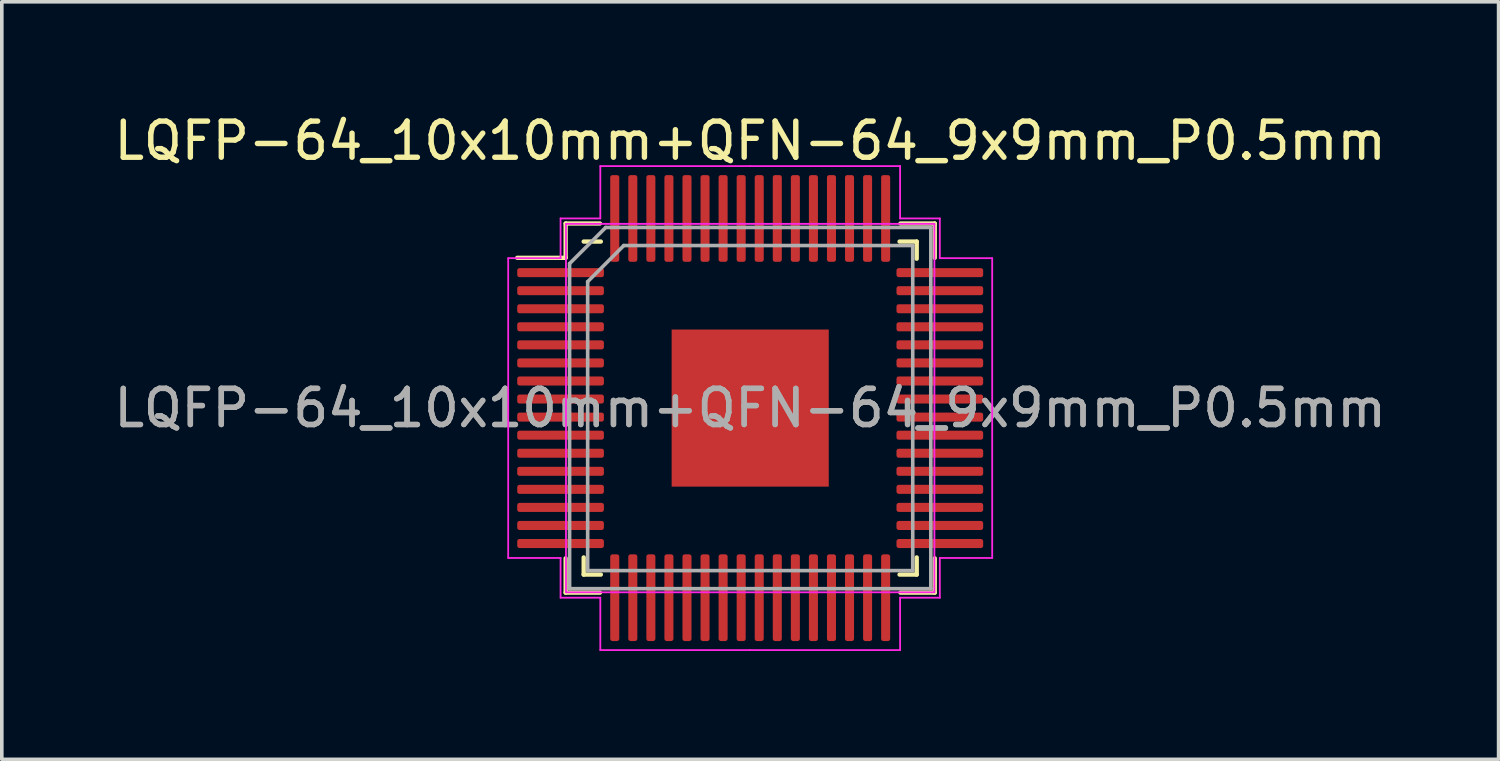
<source format=kicad_pcb>
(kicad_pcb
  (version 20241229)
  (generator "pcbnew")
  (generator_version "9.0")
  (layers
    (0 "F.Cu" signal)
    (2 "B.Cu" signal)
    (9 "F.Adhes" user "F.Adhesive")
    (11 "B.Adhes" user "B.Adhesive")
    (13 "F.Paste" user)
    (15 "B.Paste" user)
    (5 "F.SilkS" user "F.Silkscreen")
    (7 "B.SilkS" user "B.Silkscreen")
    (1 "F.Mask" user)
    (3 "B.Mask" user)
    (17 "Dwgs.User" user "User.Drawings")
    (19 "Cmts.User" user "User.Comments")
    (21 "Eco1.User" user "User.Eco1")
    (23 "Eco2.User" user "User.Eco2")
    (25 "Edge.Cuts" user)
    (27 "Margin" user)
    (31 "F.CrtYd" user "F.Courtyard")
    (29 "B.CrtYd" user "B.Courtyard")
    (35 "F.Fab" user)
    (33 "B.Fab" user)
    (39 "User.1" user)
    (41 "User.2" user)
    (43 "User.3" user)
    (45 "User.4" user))
  (footprint "LQFP-64_10x10mm+QFN-64_9x9mm_P0.5mm"
    (layer "F.Cu")
    (at 17.72 8.248)
    (property "Reference" "LQFP-64_10x10mm+QFN-64_9x9mm_P0.5mm" (at 0 -7.4 0) (layer "F.SilkS") (effects (font (size 1 1) (thickness 0.15))))
    (attr smd)
    (fp_line (start -5.11 -5.11) (end -5.11 -4.16) (stroke (width 0.12) (type solid)) (layer "F.SilkS"))
    (fp_line (start -5.11 -4.16) (end -6.45 -4.16) (stroke (width 0.12) (type solid)) (layer "F.SilkS"))
    (fp_line (start -5.11 5.11) (end -5.11 4.16) (stroke (width 0.12) (type solid)) (layer "F.SilkS"))
    (fp_line (start -4.61 4.61) (end -4.61 4.135) (stroke (width 0.12) (type solid)) (layer "F.SilkS"))
    (fp_line (start -4.16 -5.11) (end -5.11 -5.11) (stroke (width 0.12) (type solid)) (layer "F.SilkS"))
    (fp_line (start -4.16 5.11) (end -5.11 5.11) (stroke (width 0.12) (type solid)) (layer "F.SilkS"))
    (fp_line (start -4.135 -4.61) (end -4.61 -4.61) (stroke (width 0.12) (type solid)) (layer "F.SilkS"))
    (fp_line (start -4.135 4.61) (end -4.61 4.61) (stroke (width 0.12) (type solid)) (layer "F.SilkS"))
    (fp_line (start 4.135 -4.61) (end 4.61 -4.61) (stroke (width 0.12) (type solid)) (layer "F.SilkS"))
    (fp_line (start 4.135 4.61) (end 4.61 4.61) (stroke (width 0.12) (type solid)) (layer "F.SilkS"))
    (fp_line (start 4.16 -5.11) (end 5.11 -5.11) (stroke (width 0.12) (type solid)) (layer "F.SilkS"))
    (fp_line (start 4.16 5.11) (end 5.11 5.11) (stroke (width 0.12) (type solid)) (layer "F.SilkS"))
    (fp_line (start 4.61 -4.61) (end 4.61 -4.135) (stroke (width 0.12) (type solid)) (layer "F.SilkS"))
    (fp_line (start 4.61 4.61) (end 4.61 4.135) (stroke (width 0.12) (type solid)) (layer "F.SilkS"))
    (fp_line (start 5.11 -5.11) (end 5.11 -4.16) (stroke (width 0.12) (type solid)) (layer "F.SilkS"))
    (fp_line (start 5.11 5.11) (end 5.11 4.16) (stroke (width 0.12) (type solid)) (layer "F.SilkS"))
    (fp_line (start -6.7 -4.15) (end -6.7 0) (stroke (width 0.05) (type solid)) (layer "F.CrtYd"))
    (fp_line (start -6.7 4.15) (end -6.7 0) (stroke (width 0.05) (type solid)) (layer "F.CrtYd"))
    (fp_line (start -5.25 -5.25) (end -5.25 -4.15) (stroke (width 0.05) (type solid)) (layer "F.CrtYd"))
    (fp_line (start -5.25 -4.15) (end -6.7 -4.15) (stroke (width 0.05) (type solid)) (layer "F.CrtYd"))
    (fp_line (start -5.25 4.15) (end -6.7 4.15) (stroke (width 0.05) (type solid)) (layer "F.CrtYd"))
    (fp_line (start -5.25 5.25) (end -5.25 4.15) (stroke (width 0.05) (type solid)) (layer "F.CrtYd"))
    (fp_line (start -5.1 -5.1) (end -5.1 5.1) (stroke (width 0.05) (type solid)) (layer "F.CrtYd"))
    (fp_line (start -5.1 5.1) (end 5.1 5.1) (stroke (width 0.05) (type solid)) (layer "F.CrtYd"))
    (fp_line (start -4.15 -6.7) (end -4.15 -5.25) (stroke (width 0.05) (type solid)) (layer "F.CrtYd"))
    (fp_line (start -4.15 -5.25) (end -5.25 -5.25) (stroke (width 0.05) (type solid)) (layer "F.CrtYd"))
    (fp_line (start -4.15 5.25) (end -5.25 5.25) (stroke (width 0.05) (type solid)) (layer "F.CrtYd"))
    (fp_line (start -4.15 6.7) (end -4.15 5.25) (stroke (width 0.05) (type solid)) (layer "F.CrtYd"))
    (fp_line (start 0 -6.7) (end -4.15 -6.7) (stroke (width 0.05) (type solid)) (layer "F.CrtYd"))
    (fp_line (start 0 -6.7) (end 4.15 -6.7) (stroke (width 0.05) (type solid)) (layer "F.CrtYd"))
    (fp_line (start 0 6.7) (end -4.15 6.7) (stroke (width 0.05) (type solid)) (layer "F.CrtYd"))
    (fp_line (start 0 6.7) (end 4.15 6.7) (stroke (width 0.05) (type solid)) (layer "F.CrtYd"))
    (fp_line (start 4.15 -6.7) (end 4.15 -5.25) (stroke (width 0.05) (type solid)) (layer "F.CrtYd"))
    (fp_line (start 4.15 -5.25) (end 5.25 -5.25) (stroke (width 0.05) (type solid)) (layer "F.CrtYd"))
    (fp_line (start 4.15 5.25) (end 5.25 5.25) (stroke (width 0.05) (type solid)) (layer "F.CrtYd"))
    (fp_line (start 4.15 6.7) (end 4.15 5.25) (stroke (width 0.05) (type solid)) (layer "F.CrtYd"))
    (fp_line (start 5.1 -5.1) (end -5.1 -5.1) (stroke (width 0.05) (type solid)) (layer "F.CrtYd"))
    (fp_line (start 5.1 5.1) (end 5.1 -5.1) (stroke (width 0.05) (type solid)) (layer "F.CrtYd"))
    (fp_line (start 5.25 -5.25) (end 5.25 -4.15) (stroke (width 0.05) (type solid)) (layer "F.CrtYd"))
    (fp_line (start 5.25 -4.15) (end 6.7 -4.15) (stroke (width 0.05) (type solid)) (layer "F.CrtYd"))
    (fp_line (start 5.25 4.15) (end 6.7 4.15) (stroke (width 0.05) (type solid)) (layer "F.CrtYd"))
    (fp_line (start 5.25 5.25) (end 5.25 4.15) (stroke (width 0.05) (type solid)) (layer "F.CrtYd"))
    (fp_line (start 6.7 -4.15) (end 6.7 0) (stroke (width 0.05) (type solid)) (layer "F.CrtYd"))
    (fp_line (start 6.7 4.15) (end 6.7 0) (stroke (width 0.05) (type solid)) (layer "F.CrtYd"))
    (fp_line (start -5 -4) (end -4 -5) (stroke (width 0.1) (type solid)) (layer "F.Fab"))
    (fp_line (start -5 5) (end -5 -4) (stroke (width 0.1) (type solid)) (layer "F.Fab"))
    (fp_line (start -4.5 -3.5) (end -3.5 -4.5) (stroke (width 0.1) (type solid)) (layer "F.Fab"))
    (fp_line (start -4.5 4.5) (end -4.5 -3.5) (stroke (width 0.1) (type solid)) (layer "F.Fab"))
    (fp_line (start -4 -5) (end 5 -5) (stroke (width 0.1) (type solid)) (layer "F.Fab"))
    (fp_line (start -3.5 -4.5) (end 4.5 -4.5) (stroke (width 0.1) (type solid)) (layer "F.Fab"))
    (fp_line (start 4.5 -4.5) (end 4.5 4.5) (stroke (width 0.1) (type solid)) (layer "F.Fab"))
    (fp_line (start 4.5 4.5) (end -4.5 4.5) (stroke (width 0.1) (type solid)) (layer "F.Fab"))
    (fp_line (start 5 -5) (end 5 5) (stroke (width 0.1) (type solid)) (layer "F.Fab"))
    (fp_line (start 5 5) (end -5 5) (stroke (width 0.1) (type solid)) (layer "F.Fab"))
    (fp_text user "${REFERENCE}" (at 0 0 0) (layer "F.Fab") (effects (font (size 1 1) (thickness 0.15))))
    (fp_text user "${REFERENCE}" (at 0 0 0) (layer "F.Fab") (effects (font (size 1 1) (thickness 0.15))))
    (pad "" smd roundrect (at -1.45 -1.45) (size 1.17 1.17) (layers "F.Paste") (roundrect_rratio 0.214))
    (pad "" smd roundrect (at -1.45 0) (size 1.17 1.17) (layers "F.Paste") (roundrect_rratio 0.214))
    (pad "" smd roundrect (at -1.45 1.45) (size 1.17 1.17) (layers "F.Paste") (roundrect_rratio 0.214))
    (pad "" smd roundrect (at 0 -1.45) (size 1.17 1.17) (layers "F.Paste") (roundrect_rratio 0.214))
    (pad "" smd roundrect (at 0 0) (size 1.17 1.17) (layers "F.Paste") (roundrect_rratio 0.214))
    (pad "" smd roundrect (at 0 1.45) (size 1.17 1.17) (layers "F.Paste") (roundrect_rratio 0.214))
    (pad "" smd roundrect (at 1.45 -1.45) (size 1.17 1.17) (layers "F.Paste") (roundrect_rratio 0.214))
    (pad "" smd roundrect (at 1.45 0) (size 1.17 1.17) (layers "F.Paste") (roundrect_rratio 0.214))
    (pad "" smd roundrect (at 1.45 1.45) (size 1.17 1.17) (layers "F.Paste") (roundrect_rratio 0.214))
    (pad "1" smd roundrect (at -5.675 -3.75) (size 1.55 0.25) (layers "F.Cu" "F.Mask" "F.Paste") (roundrect_rratio 0.25))
    (pad "1" smd roundrect (at -4.55 -3.75) (size 1 0.25) (layers "F.Cu" "F.Mask" "F.Paste") (roundrect_rratio 0.25))
    (pad "2" smd roundrect (at -5.675 -3.25) (size 1.55 0.25) (layers "F.Cu" "F.Mask" "F.Paste") (roundrect_rratio 0.25))
    (pad "2" smd roundrect (at -4.55 -3.25) (size 1 0.25) (layers "F.Cu" "F.Mask" "F.Paste") (roundrect_rratio 0.25))
    (pad "3" smd roundrect (at -5.675 -2.75) (size 1.55 0.25) (layers "F.Cu" "F.Mask" "F.Paste") (roundrect_rratio 0.25))
    (pad "3" smd roundrect (at -4.55 -2.75) (size 1 0.25) (layers "F.Cu" "F.Mask" "F.Paste") (roundrect_rratio 0.25))
    (pad "4" smd roundrect (at -5.675 -2.25) (size 1.55 0.25) (layers "F.Cu" "F.Mask" "F.Paste") (roundrect_rratio 0.25))
    (pad "4" smd roundrect (at -4.55 -2.25) (size 1 0.25) (layers "F.Cu" "F.Mask" "F.Paste") (roundrect_rratio 0.25))
    (pad "5" smd roundrect (at -5.675 -1.75) (size 1.55 0.25) (layers "F.Cu" "F.Mask" "F.Paste") (roundrect_rratio 0.25))
    (pad "5" smd roundrect (at -4.55 -1.75) (size 1 0.25) (layers "F.Cu" "F.Mask" "F.Paste") (roundrect_rratio 0.25))
    (pad "6" smd roundrect (at -5.675 -1.25) (size 1.55 0.25) (layers "F.Cu" "F.Mask" "F.Paste") (roundrect_rratio 0.25))
    (pad "6" smd roundrect (at -4.55 -1.25) (size 1 0.25) (layers "F.Cu" "F.Mask" "F.Paste") (roundrect_rratio 0.25))
    (pad "7" smd roundrect (at -5.675 -0.75) (size 1.55 0.25) (layers "F.Cu" "F.Mask" "F.Paste") (roundrect_rratio 0.25))
    (pad "7" smd roundrect (at -4.55 -0.75) (size 1 0.25) (layers "F.Cu" "F.Mask" "F.Paste") (roundrect_rratio 0.25))
    (pad "8" smd roundrect (at -5.675 -0.25) (size 1.55 0.25) (layers "F.Cu" "F.Mask" "F.Paste") (roundrect_rratio 0.25))
    (pad "8" smd roundrect (at -4.55 -0.25) (size 1 0.25) (layers "F.Cu" "F.Mask" "F.Paste") (roundrect_rratio 0.25))
    (pad "9" smd roundrect (at -5.675 0.25) (size 1.55 0.25) (layers "F.Cu" "F.Mask" "F.Paste") (roundrect_rratio 0.25))
    (pad "9" smd roundrect (at -4.55 0.25) (size 1 0.25) (layers "F.Cu" "F.Mask" "F.Paste") (roundrect_rratio 0.25))
    (pad "10" smd roundrect (at -5.675 0.75) (size 1.55 0.25) (layers "F.Cu" "F.Mask" "F.Paste") (roundrect_rratio 0.25))
    (pad "10" smd roundrect (at -4.55 0.75) (size 1 0.25) (layers "F.Cu" "F.Mask" "F.Paste") (roundrect_rratio 0.25))
    (pad "11" smd roundrect (at -5.675 1.25) (size 1.55 0.25) (layers "F.Cu" "F.Mask" "F.Paste") (roundrect_rratio 0.25))
    (pad "11" smd roundrect (at -4.55 1.25) (size 1 0.25) (layers "F.Cu" "F.Mask" "F.Paste") (roundrect_rratio 0.25))
    (pad "12" smd roundrect (at -5.675 1.75) (size 1.55 0.25) (layers "F.Cu" "F.Mask" "F.Paste") (roundrect_rratio 0.25))
    (pad "12" smd roundrect (at -4.55 1.75) (size 1 0.25) (layers "F.Cu" "F.Mask" "F.Paste") (roundrect_rratio 0.25))
    (pad "13" smd roundrect (at -5.675 2.25) (size 1.55 0.25) (layers "F.Cu" "F.Mask" "F.Paste") (roundrect_rratio 0.25))
    (pad "13" smd roundrect (at -4.55 2.25) (size 1 0.25) (layers "F.Cu" "F.Mask" "F.Paste") (roundrect_rratio 0.25))
    (pad "14" smd roundrect (at -5.675 2.75) (size 1.55 0.25) (layers "F.Cu" "F.Mask" "F.Paste") (roundrect_rratio 0.25))
    (pad "14" smd roundrect (at -4.55 2.75) (size 1 0.25) (layers "F.Cu" "F.Mask" "F.Paste") (roundrect_rratio 0.25))
    (pad "15" smd roundrect (at -5.675 3.25) (size 1.55 0.25) (layers "F.Cu" "F.Mask" "F.Paste") (roundrect_rratio 0.25))
    (pad "15" smd roundrect (at -4.55 3.25) (size 1 0.25) (layers "F.Cu" "F.Mask" "F.Paste") (roundrect_rratio 0.25))
    (pad "16" smd roundrect (at -5.675 3.75) (size 1.55 0.25) (layers "F.Cu" "F.Mask" "F.Paste") (roundrect_rratio 0.25))
    (pad "16" smd roundrect (at -4.55 3.75) (size 1 0.25) (layers "F.Cu" "F.Mask" "F.Paste") (roundrect_rratio 0.25))
    (pad "17" smd roundrect (at -3.75 4.55) (size 0.25 1) (layers "F.Cu" "F.Mask" "F.Paste") (roundrect_rratio 0.25))
    (pad "17" smd roundrect (at -3.75 5.675) (size 0.25 1.55) (layers "F.Cu" "F.Mask" "F.Paste") (roundrect_rratio 0.25))
    (pad "18" smd roundrect (at -3.25 4.55) (size 0.25 1) (layers "F.Cu" "F.Mask" "F.Paste") (roundrect_rratio 0.25))
    (pad "18" smd roundrect (at -3.25 5.675) (size 0.25 1.55) (layers "F.Cu" "F.Mask" "F.Paste") (roundrect_rratio 0.25))
    (pad "19" smd roundrect (at -2.75 4.55) (size 0.25 1) (layers "F.Cu" "F.Mask" "F.Paste") (roundrect_rratio 0.25))
    (pad "19" smd roundrect (at -2.75 5.675) (size 0.25 1.55) (layers "F.Cu" "F.Mask" "F.Paste") (roundrect_rratio 0.25))
    (pad "20" smd roundrect (at -2.25 4.55) (size 0.25 1) (layers "F.Cu" "F.Mask" "F.Paste") (roundrect_rratio 0.25))
    (pad "20" smd roundrect (at -2.25 5.675) (size 0.25 1.55) (layers "F.Cu" "F.Mask" "F.Paste") (roundrect_rratio 0.25))
    (pad "21" smd roundrect (at -1.75 4.55) (size 0.25 1) (layers "F.Cu" "F.Mask" "F.Paste") (roundrect_rratio 0.25))
    (pad "21" smd roundrect (at -1.75 5.675) (size 0.25 1.55) (layers "F.Cu" "F.Mask" "F.Paste") (roundrect_rratio 0.25))
    (pad "22" smd roundrect (at -1.25 4.55) (size 0.25 1) (layers "F.Cu" "F.Mask" "F.Paste") (roundrect_rratio 0.25))
    (pad "22" smd roundrect (at -1.25 5.675) (size 0.25 1.55) (layers "F.Cu" "F.Mask" "F.Paste") (roundrect_rratio 0.25))
    (pad "23" smd roundrect (at -0.75 4.55) (size 0.25 1) (layers "F.Cu" "F.Mask" "F.Paste") (roundrect_rratio 0.25))
    (pad "23" smd roundrect (at -0.75 5.675) (size 0.25 1.55) (layers "F.Cu" "F.Mask" "F.Paste") (roundrect_rratio 0.25))
    (pad "24" smd roundrect (at -0.25 4.55) (size 0.25 1) (layers "F.Cu" "F.Mask" "F.Paste") (roundrect_rratio 0.25))
    (pad "24" smd roundrect (at -0.25 5.675) (size 0.25 1.55) (layers "F.Cu" "F.Mask" "F.Paste") (roundrect_rratio 0.25))
    (pad "25" smd roundrect (at 0.25 4.55) (size 0.25 1) (layers "F.Cu" "F.Mask" "F.Paste") (roundrect_rratio 0.25))
    (pad "25" smd roundrect (at 0.25 5.675) (size 0.25 1.55) (layers "F.Cu" "F.Mask" "F.Paste") (roundrect_rratio 0.25))
    (pad "26" smd roundrect (at 0.75 4.55) (size 0.25 1) (layers "F.Cu" "F.Mask" "F.Paste") (roundrect_rratio 0.25))
    (pad "26" smd roundrect (at 0.75 5.675) (size 0.25 1.55) (layers "F.Cu" "F.Mask" "F.Paste") (roundrect_rratio 0.25))
    (pad "27" smd roundrect (at 1.25 4.55) (size 0.25 1) (layers "F.Cu" "F.Mask" "F.Paste") (roundrect_rratio 0.25))
    (pad "27" smd roundrect (at 1.25 5.675) (size 0.25 1.55) (layers "F.Cu" "F.Mask" "F.Paste") (roundrect_rratio 0.25))
    (pad "28" smd roundrect (at 1.75 4.55) (size 0.25 1) (layers "F.Cu" "F.Mask" "F.Paste") (roundrect_rratio 0.25))
    (pad "28" smd roundrect (at 1.75 5.675) (size 0.25 1.55) (layers "F.Cu" "F.Mask" "F.Paste") (roundrect_rratio 0.25))
    (pad "29" smd roundrect (at 2.25 4.55) (size 0.25 1) (layers "F.Cu" "F.Mask" "F.Paste") (roundrect_rratio 0.25))
    (pad "29" smd roundrect (at 2.25 5.675) (size 0.25 1.55) (layers "F.Cu" "F.Mask" "F.Paste") (roundrect_rratio 0.25))
    (pad "30" smd roundrect (at 2.75 4.55) (size 0.25 1) (layers "F.Cu" "F.Mask" "F.Paste") (roundrect_rratio 0.25))
    (pad "30" smd roundrect (at 2.75 5.675) (size 0.25 1.55) (layers "F.Cu" "F.Mask" "F.Paste") (roundrect_rratio 0.25))
    (pad "31" smd roundrect (at 3.25 4.55) (size 0.25 1) (layers "F.Cu" "F.Mask" "F.Paste") (roundrect_rratio 0.25))
    (pad "31" smd roundrect (at 3.25 5.675) (size 0.25 1.55) (layers "F.Cu" "F.Mask" "F.Paste") (roundrect_rratio 0.25))
    (pad "32" smd roundrect (at 3.75 4.55) (size 0.25 1) (layers "F.Cu" "F.Mask" "F.Paste") (roundrect_rratio 0.25))
    (pad "32" smd roundrect (at 3.75 5.675) (size 0.25 1.55) (layers "F.Cu" "F.Mask" "F.Paste") (roundrect_rratio 0.25))
    (pad "33" smd roundrect (at 4.55 3.75) (size 1 0.25) (layers "F.Cu" "F.Mask" "F.Paste") (roundrect_rratio 0.25))
    (pad "33" smd roundrect (at 5.675 3.75) (size 1.55 0.25) (layers "F.Cu" "F.Mask" "F.Paste") (roundrect_rratio 0.25))
    (pad "34" smd roundrect (at 4.55 3.25) (size 1 0.25) (layers "F.Cu" "F.Mask" "F.Paste") (roundrect_rratio 0.25))
    (pad "34" smd roundrect (at 5.675 3.25) (size 1.55 0.25) (layers "F.Cu" "F.Mask" "F.Paste") (roundrect_rratio 0.25))
    (pad "35" smd roundrect (at 4.55 2.75) (size 1 0.25) (layers "F.Cu" "F.Mask" "F.Paste") (roundrect_rratio 0.25))
    (pad "35" smd roundrect (at 5.675 2.75) (size 1.55 0.25) (layers "F.Cu" "F.Mask" "F.Paste") (roundrect_rratio 0.25))
    (pad "36" smd roundrect (at 4.55 2.25) (size 1 0.25) (layers "F.Cu" "F.Mask" "F.Paste") (roundrect_rratio 0.25))
    (pad "36" smd roundrect (at 5.675 2.25) (size 1.55 0.25) (layers "F.Cu" "F.Mask" "F.Paste") (roundrect_rratio 0.25))
    (pad "37" smd roundrect (at 4.55 1.75) (size 1 0.25) (layers "F.Cu" "F.Mask" "F.Paste") (roundrect_rratio 0.25))
    (pad "37" smd roundrect (at 5.675 1.75) (size 1.55 0.25) (layers "F.Cu" "F.Mask" "F.Paste") (roundrect_rratio 0.25))
    (pad "38" smd roundrect (at 4.55 1.25) (size 1 0.25) (layers "F.Cu" "F.Mask" "F.Paste") (roundrect_rratio 0.25))
    (pad "38" smd roundrect (at 5.675 1.25) (size 1.55 0.25) (layers "F.Cu" "F.Mask" "F.Paste") (roundrect_rratio 0.25))
    (pad "39" smd roundrect (at 4.55 0.75) (size 1 0.25) (layers "F.Cu" "F.Mask" "F.Paste") (roundrect_rratio 0.25))
    (pad "39" smd roundrect (at 5.675 0.75) (size 1.55 0.25) (layers "F.Cu" "F.Mask" "F.Paste") (roundrect_rratio 0.25))
    (pad "40" smd roundrect (at 4.55 0.25) (size 1 0.25) (layers "F.Cu" "F.Mask" "F.Paste") (roundrect_rratio 0.25))
    (pad "40" smd roundrect (at 5.675 0.25) (size 1.55 0.25) (layers "F.Cu" "F.Mask" "F.Paste") (roundrect_rratio 0.25))
    (pad "41" smd roundrect (at 4.55 -0.25) (size 1 0.25) (layers "F.Cu" "F.Mask" "F.Paste") (roundrect_rratio 0.25))
    (pad "41" smd roundrect (at 5.675 -0.25) (size 1.55 0.25) (layers "F.Cu" "F.Mask" "F.Paste") (roundrect_rratio 0.25))
    (pad "42" smd roundrect (at 4.55 -0.75) (size 1 0.25) (layers "F.Cu" "F.Mask" "F.Paste") (roundrect_rratio 0.25))
    (pad "42" smd roundrect (at 5.675 -0.75) (size 1.55 0.25) (layers "F.Cu" "F.Mask" "F.Paste") (roundrect_rratio 0.25))
    (pad "43" smd roundrect (at 4.55 -1.25) (size 1 0.25) (layers "F.Cu" "F.Mask" "F.Paste") (roundrect_rratio 0.25))
    (pad "43" smd roundrect (at 5.675 -1.25) (size 1.55 0.25) (layers "F.Cu" "F.Mask" "F.Paste") (roundrect_rratio 0.25))
    (pad "44" smd roundrect (at 4.55 -1.75) (size 1 0.25) (layers "F.Cu" "F.Mask" "F.Paste") (roundrect_rratio 0.25))
    (pad "44" smd roundrect (at 5.675 -1.75) (size 1.55 0.25) (layers "F.Cu" "F.Mask" "F.Paste") (roundrect_rratio 0.25))
    (pad "45" smd roundrect (at 4.55 -2.25) (size 1 0.25) (layers "F.Cu" "F.Mask" "F.Paste") (roundrect_rratio 0.25))
    (pad "45" smd roundrect (at 5.675 -2.25) (size 1.55 0.25) (layers "F.Cu" "F.Mask" "F.Paste") (roundrect_rratio 0.25))
    (pad "46" smd roundrect (at 4.55 -2.75) (size 1 0.25) (layers "F.Cu" "F.Mask" "F.Paste") (roundrect_rratio 0.25))
    (pad "46" smd roundrect (at 5.675 -2.75) (size 1.55 0.25) (layers "F.Cu" "F.Mask" "F.Paste") (roundrect_rratio 0.25))
    (pad "47" smd roundrect (at 4.55 -3.25) (size 1 0.25) (layers "F.Cu" "F.Mask" "F.Paste") (roundrect_rratio 0.25))
    (pad "47" smd roundrect (at 5.675 -3.25) (size 1.55 0.25) (layers "F.Cu" "F.Mask" "F.Paste") (roundrect_rratio 0.25))
    (pad "48" smd roundrect (at 4.55 -3.75) (size 1 0.25) (layers "F.Cu" "F.Mask" "F.Paste") (roundrect_rratio 0.25))
    (pad "48" smd roundrect (at 5.675 -3.75) (size 1.55 0.25) (layers "F.Cu" "F.Mask" "F.Paste") (roundrect_rratio 0.25))
    (pad "49" smd roundrect (at 3.75 -5.675) (size 0.25 1.55) (layers "F.Cu" "F.Mask" "F.Paste") (roundrect_rratio 0.25))
    (pad "49" smd roundrect (at 3.75 -4.55) (size 0.25 1) (layers "F.Cu" "F.Mask" "F.Paste") (roundrect_rratio 0.25))
    (pad "50" smd roundrect (at 3.25 -5.675) (size 0.25 1.55) (layers "F.Cu" "F.Mask" "F.Paste") (roundrect_rratio 0.25))
    (pad "50" smd roundrect (at 3.25 -4.55) (size 0.25 1) (layers "F.Cu" "F.Mask" "F.Paste") (roundrect_rratio 0.25))
    (pad "51" smd roundrect (at 2.75 -5.675) (size 0.25 1.55) (layers "F.Cu" "F.Mask" "F.Paste") (roundrect_rratio 0.25))
    (pad "51" smd roundrect (at 2.75 -4.55) (size 0.25 1) (layers "F.Cu" "F.Mask" "F.Paste") (roundrect_rratio 0.25))
    (pad "52" smd roundrect (at 2.25 -5.675) (size 0.25 1.55) (layers "F.Cu" "F.Mask" "F.Paste") (roundrect_rratio 0.25))
    (pad "52" smd roundrect (at 2.25 -4.55) (size 0.25 1) (layers "F.Cu" "F.Mask" "F.Paste") (roundrect_rratio 0.25))
    (pad "53" smd roundrect (at 1.75 -5.675) (size 0.25 1.55) (layers "F.Cu" "F.Mask" "F.Paste") (roundrect_rratio 0.25))
    (pad "53" smd roundrect (at 1.75 -4.55) (size 0.25 1) (layers "F.Cu" "F.Mask" "F.Paste") (roundrect_rratio 0.25))
    (pad "54" smd roundrect (at 1.25 -5.675) (size 0.25 1.55) (layers "F.Cu" "F.Mask" "F.Paste") (roundrect_rratio 0.25))
    (pad "54" smd roundrect (at 1.25 -4.55) (size 0.25 1) (layers "F.Cu" "F.Mask" "F.Paste") (roundrect_rratio 0.25))
    (pad "55" smd roundrect (at 0.75 -5.675) (size 0.25 1.55) (layers "F.Cu" "F.Mask" "F.Paste") (roundrect_rratio 0.25))
    (pad "55" smd roundrect (at 0.75 -4.55) (size 0.25 1) (layers "F.Cu" "F.Mask" "F.Paste") (roundrect_rratio 0.25))
    (pad "56" smd roundrect (at 0.25 -5.675) (size 0.25 1.55) (layers "F.Cu" "F.Mask" "F.Paste") (roundrect_rratio 0.25))
    (pad "56" smd roundrect (at 0.25 -4.55) (size 0.25 1) (layers "F.Cu" "F.Mask" "F.Paste") (roundrect_rratio 0.25))
    (pad "57" smd roundrect (at -0.25 -5.675) (size 0.25 1.55) (layers "F.Cu" "F.Mask" "F.Paste") (roundrect_rratio 0.25))
    (pad "57" smd roundrect (at -0.25 -4.55) (size 0.25 1) (layers "F.Cu" "F.Mask" "F.Paste") (roundrect_rratio 0.25))
    (pad "58" smd roundrect (at -0.75 -5.675) (size 0.25 1.55) (layers "F.Cu" "F.Mask" "F.Paste") (roundrect_rratio 0.25))
    (pad "58" smd roundrect (at -0.75 -4.55) (size 0.25 1) (layers "F.Cu" "F.Mask" "F.Paste") (roundrect_rratio 0.25))
    (pad "59" smd roundrect (at -1.25 -5.675) (size 0.25 1.55) (layers "F.Cu" "F.Mask" "F.Paste") (roundrect_rratio 0.25))
    (pad "59" smd roundrect (at -1.25 -4.55) (size 0.25 1) (layers "F.Cu" "F.Mask" "F.Paste") (roundrect_rratio 0.25))
    (pad "60" smd roundrect (at -1.75 -5.675) (size 0.25 1.55) (layers "F.Cu" "F.Mask" "F.Paste") (roundrect_rratio 0.25))
    (pad "60" smd roundrect (at -1.75 -4.55) (size 0.25 1) (layers "F.Cu" "F.Mask" "F.Paste") (roundrect_rratio 0.25))
    (pad "61" smd roundrect (at -2.25 -5.675) (size 0.25 1.55) (layers "F.Cu" "F.Mask" "F.Paste") (roundrect_rratio 0.25))
    (pad "61" smd roundrect (at -2.25 -4.55) (size 0.25 1) (layers "F.Cu" "F.Mask" "F.Paste") (roundrect_rratio 0.25))
    (pad "62" smd roundrect (at -2.75 -5.675) (size 0.25 1.55) (layers "F.Cu" "F.Mask" "F.Paste") (roundrect_rratio 0.25))
    (pad "62" smd roundrect (at -2.75 -4.55) (size 0.25 1) (layers "F.Cu" "F.Mask" "F.Paste") (roundrect_rratio 0.25))
    (pad "63" smd roundrect (at -3.25 -5.675) (size 0.25 1.55) (layers "F.Cu" "F.Mask" "F.Paste") (roundrect_rratio 0.25))
    (pad "63" smd roundrect (at -3.25 -4.55) (size 0.25 1) (layers "F.Cu" "F.Mask" "F.Paste") (roundrect_rratio 0.25))
    (pad "64" smd roundrect (at -3.75 -5.675) (size 0.25 1.55) (layers "F.Cu" "F.Mask" "F.Paste") (roundrect_rratio 0.25))
    (pad "64" smd roundrect (at -3.75 -4.55) (size 0.25 1) (layers "F.Cu" "F.Mask" "F.Paste") (roundrect_rratio 0.25))
    (pad "65" smd rect (at 0 0) (size 4.35 4.35) (layers "F.Cu" "F.Mask")))
  (gr_rect
    (start -3 -3)
    (end 38.44 17.973)
    (stroke (width 0.1) (type default))
    (fill no)
    (layer "Edge.Cuts")))
</source>
